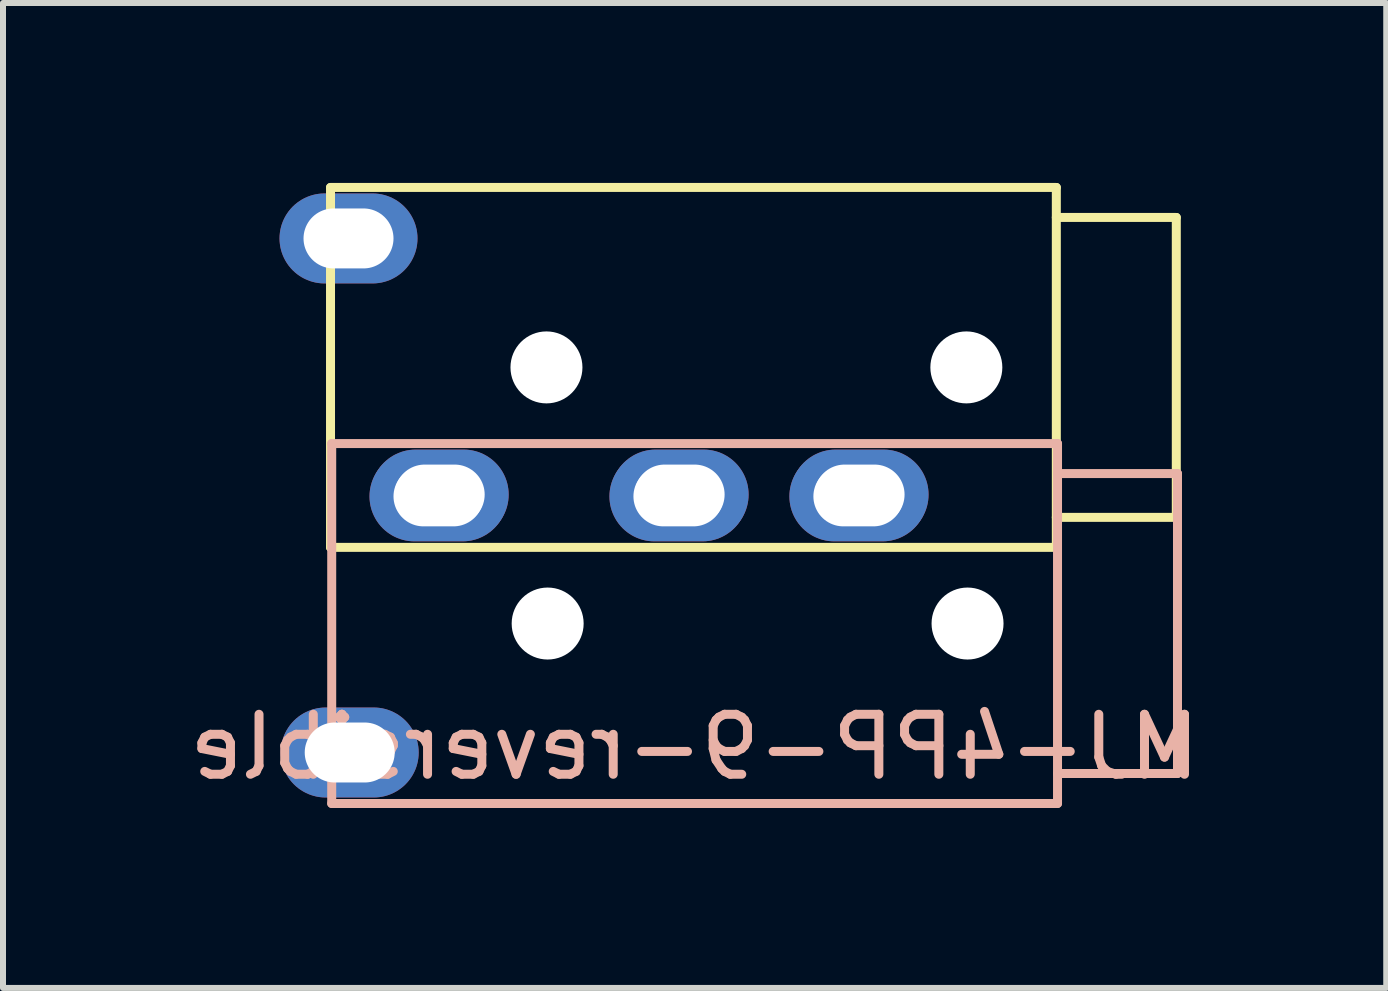
<source format=kicad_pcb>
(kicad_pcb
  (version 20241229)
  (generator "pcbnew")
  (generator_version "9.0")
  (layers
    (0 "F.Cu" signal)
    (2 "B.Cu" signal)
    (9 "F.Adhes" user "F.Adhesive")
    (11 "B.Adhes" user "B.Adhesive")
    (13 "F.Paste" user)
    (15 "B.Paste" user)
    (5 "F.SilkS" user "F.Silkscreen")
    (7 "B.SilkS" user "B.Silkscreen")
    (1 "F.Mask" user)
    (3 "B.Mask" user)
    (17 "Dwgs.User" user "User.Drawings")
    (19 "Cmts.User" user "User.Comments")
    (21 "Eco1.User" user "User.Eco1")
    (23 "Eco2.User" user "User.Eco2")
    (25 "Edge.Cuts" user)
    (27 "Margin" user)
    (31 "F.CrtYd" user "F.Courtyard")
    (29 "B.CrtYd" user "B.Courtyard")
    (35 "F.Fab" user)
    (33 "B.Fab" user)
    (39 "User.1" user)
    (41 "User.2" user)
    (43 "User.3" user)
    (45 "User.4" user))
  (footprint "MJ-4PP-9-reversible"
    (layer "F.Cu")
    (at 8.53 4.995)
    (property "Reference" "MJ-4PP-9-reversible" (at 0 4.408 180) (layer "B.SilkS") (effects (font (size 1 1) (thickness 0.15)) (justify mirror)))
    (attr through_hole)
    (fp_line (start -6.07 -4.92) (end 6.03 -4.92) (stroke (width 0.15) (type solid)) (layer "F.SilkS"))
    (fp_line (start -6.07 1.08) (end -6.07 -4.92) (stroke (width 0.15) (type solid)) (layer "F.SilkS"))
    (fp_line (start 6.03 -4.92) (end 6.03 1.08) (stroke (width 0.15) (type solid)) (layer "F.SilkS"))
    (fp_line (start 6.03 1.08) (end -6.07 1.08) (stroke (width 0.15) (type solid)) (layer "F.SilkS"))
    (fp_line (start 8.03 -4.42) (end 6.03 -4.42) (stroke (width 0.15) (type solid)) (layer "F.SilkS"))
    (fp_line (start 8.03 0.58) (end 6.03 0.58) (stroke (width 0.15) (type solid)) (layer "F.SilkS"))
    (fp_line (start 8.03 0.58) (end 8.03 -4.42) (stroke (width 0.15) (type solid)) (layer "F.SilkS"))
    (fp_line (start -6.05 -0.65) (end -6.05 5.35) (stroke (width 0.15) (type solid)) (layer "B.SilkS"))
    (fp_line (start -6.05 5.35) (end 6.05 5.35) (stroke (width 0.15) (type solid)) (layer "B.SilkS"))
    (fp_line (start 6.05 -0.65) (end -6.05 -0.65) (stroke (width 0.15) (type solid)) (layer "B.SilkS"))
    (fp_line (start 6.05 5.35) (end 6.05 -0.65) (stroke (width 0.15) (type solid)) (layer "B.SilkS"))
    (fp_line (start 8.05 -0.15) (end 6.05 -0.15) (stroke (width 0.15) (type solid)) (layer "B.SilkS"))
    (fp_line (start 8.05 -0.15) (end 8.05 4.85) (stroke (width 0.15) (type solid)) (layer "B.SilkS"))
    (fp_line (start 8.05 4.85) (end 6.05 4.85) (stroke (width 0.15) (type solid)) (layer "B.SilkS"))
    (pad "" np_thru_hole circle (at -2.47 -1.92 180) (size 1.2 1.2) (drill 1.2) (layers "*.Cu" "*.Mask"))
    (pad "" np_thru_hole circle (at -2.45 2.35 180) (size 1.2 1.2) (drill 1.2) (layers "*.Cu" "*.Mask"))
    (pad "" np_thru_hole circle (at 4.53 -1.92 180) (size 1.2 1.2) (drill 1.2) (layers "*.Cu" "*.Mask"))
    (pad "" np_thru_hole circle (at 4.55 2.35 180) (size 1.2 1.2) (drill 1.2) (layers "*.Cu" "*.Mask"))
    (pad "1" thru_hole oval (at -5.77 -4.07 180) (size 2.3 1.5) (drill oval 1.5 1) (layers "*.Cu" "*.Mask"))
    (pad "1" thru_hole oval (at -5.75 4.5 180) (size 2.3 1.5) (drill oval 1.5 1) (layers "*.Cu" "*.Mask"))
    (pad "2" thru_hole oval (at 2.73 0.23 180) (size 2.3 1.5) (drill oval 1.5 1) (layers "*.Cu" "*.Mask"))
    (pad "2" thru_hole oval (at 2.75 0.2 180) (size 2.3 1.5) (drill oval 1.5 1) (layers "*.Cu" "*.Mask"))
    (pad "3" thru_hole oval (at -0.27 0.23 180) (size 2.3 1.5) (drill oval 1.5 1) (layers "*.Cu" "*.Mask"))
    (pad "3" thru_hole oval (at -0.25 0.2 180) (size 2.3 1.5) (drill oval 1.5 1) (layers "*.Cu" "*.Mask"))
    (pad "4" thru_hole oval (at -4.27 0.23 180) (size 2.3 1.5) (drill oval 1.5 1) (layers "*.Cu" "*.Mask"))
    (pad "4" thru_hole oval (at -4.25 0.2 180) (size 2.3 1.5) (drill oval 1.5 1) (layers "*.Cu" "*.Mask")))
  (gr_rect
    (start -3 -3)
    (end 20.06 13.42)
    (stroke (width 0.1) (type default))
    (fill no)
    (layer "Edge.Cuts")))
</source>
